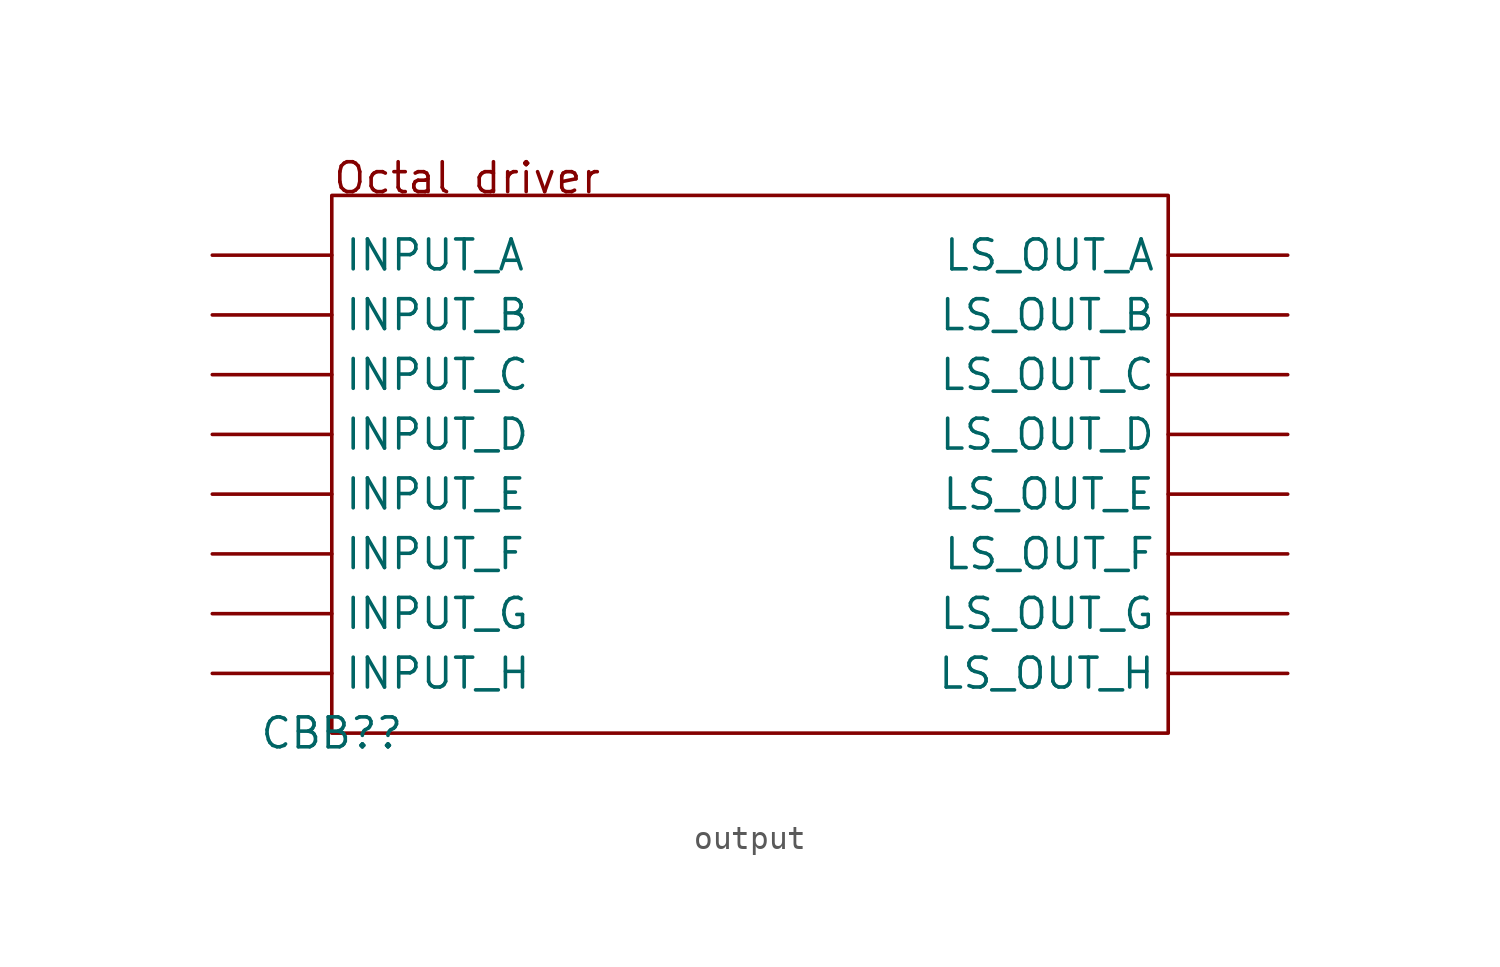
<source format=kicad_sym>
(kicad_symbol_lib
  (version 20231120)
  (generator "kicad_symbol_editor")
  (generator_version "8.0")
  (symbol "output"
    (property "Reference" "CBB?"
      (at 0 0 0)
      (effects (font (size 1.27 1.27))))
    (property "Value" ""
      (at 0 0 0)
      (effects (font (size 1.27 1.27))))
    (symbol "output_1_0"
      (rectangle (start 0 22.86) (end 35.56 0) (stroke (width 0) (type default)) (fill (type none)))
      (text "Octal driver" (at 0 22.86 0) (effects (font (size 1.27 1.27)) (justify left bottom)))
      (pin input line (at -5.08 20.32 0) (length 5.08) (name "INPUT_A" (effects (font (size 1.27 1.27)))) (number "" (effects (font (size 1.27 1.27)))))
      (pin input line (at -5.08 17.78 0) (length 5.08) (name "INPUT_B" (effects (font (size 1.27 1.27)))) (number "" (effects (font (size 1.27 1.27)))))
      (pin input line (at -5.08 15.24 0) (length 5.08) (name "INPUT_C" (effects (font (size 1.27 1.27)))) (number "" (effects (font (size 1.27 1.27)))))
      (pin input line (at -5.08 12.7 0) (length 5.08) (name "INPUT_D" (effects (font (size 1.27 1.27)))) (number "" (effects (font (size 1.27 1.27)))))
      (pin input line (at -5.08 10.16 0) (length 5.08) (name "INPUT_E" (effects (font (size 1.27 1.27)))) (number "" (effects (font (size 1.27 1.27)))))
      (pin input line (at -5.08 7.62 0) (length 5.08) (name "INPUT_F" (effects (font (size 1.27 1.27)))) (number "" (effects (font (size 1.27 1.27)))))
      (pin input line (at -5.08 5.08 0) (length 5.08) (name "INPUT_G" (effects (font (size 1.27 1.27)))) (number "" (effects (font (size 1.27 1.27)))))
      (pin input line (at -5.08 2.54 0) (length 5.08) (name "INPUT_H" (effects (font (size 1.27 1.27)))) (number "" (effects (font (size 1.27 1.27)))))
      (pin output line (at 40.64 20.32 180) (length 5.08) (name "LS_OUT_A" (effects (font (size 1.27 1.27)))) (number "" (effects (font (size 1.27 1.27)))))
      (pin output line (at 40.64 17.78 180) (length 5.08) (name "LS_OUT_B" (effects (font (size 1.27 1.27)))) (number "" (effects (font (size 1.27 1.27)))))
      (pin output line (at 40.64 15.24 180) (length 5.08) (name "LS_OUT_C" (effects (font (size 1.27 1.27)))) (number "" (effects (font (size 1.27 1.27)))))
      (pin output line (at 40.64 12.7 180) (length 5.08) (name "LS_OUT_D" (effects (font (size 1.27 1.27)))) (number "" (effects (font (size 1.27 1.27)))))
      (pin output line (at 40.64 10.16 180) (length 5.08) (name "LS_OUT_E" (effects (font (size 1.27 1.27)))) (number "" (effects (font (size 1.27 1.27)))))
      (pin output line (at 40.64 7.62 180) (length 5.08) (name "LS_OUT_F" (effects (font (size 1.27 1.27)))) (number "" (effects (font (size 1.27 1.27)))))
      (pin output line (at 40.64 5.08 180) (length 5.08) (name "LS_OUT_G" (effects (font (size 1.27 1.27)))) (number "" (effects (font (size 1.27 1.27)))))
      (pin output line (at 40.64 2.54 180) (length 5.08) (name "LS_OUT_H" (effects (font (size 1.27 1.27)))) (number "" (effects (font (size 1.27 1.27))))))))
</source>
